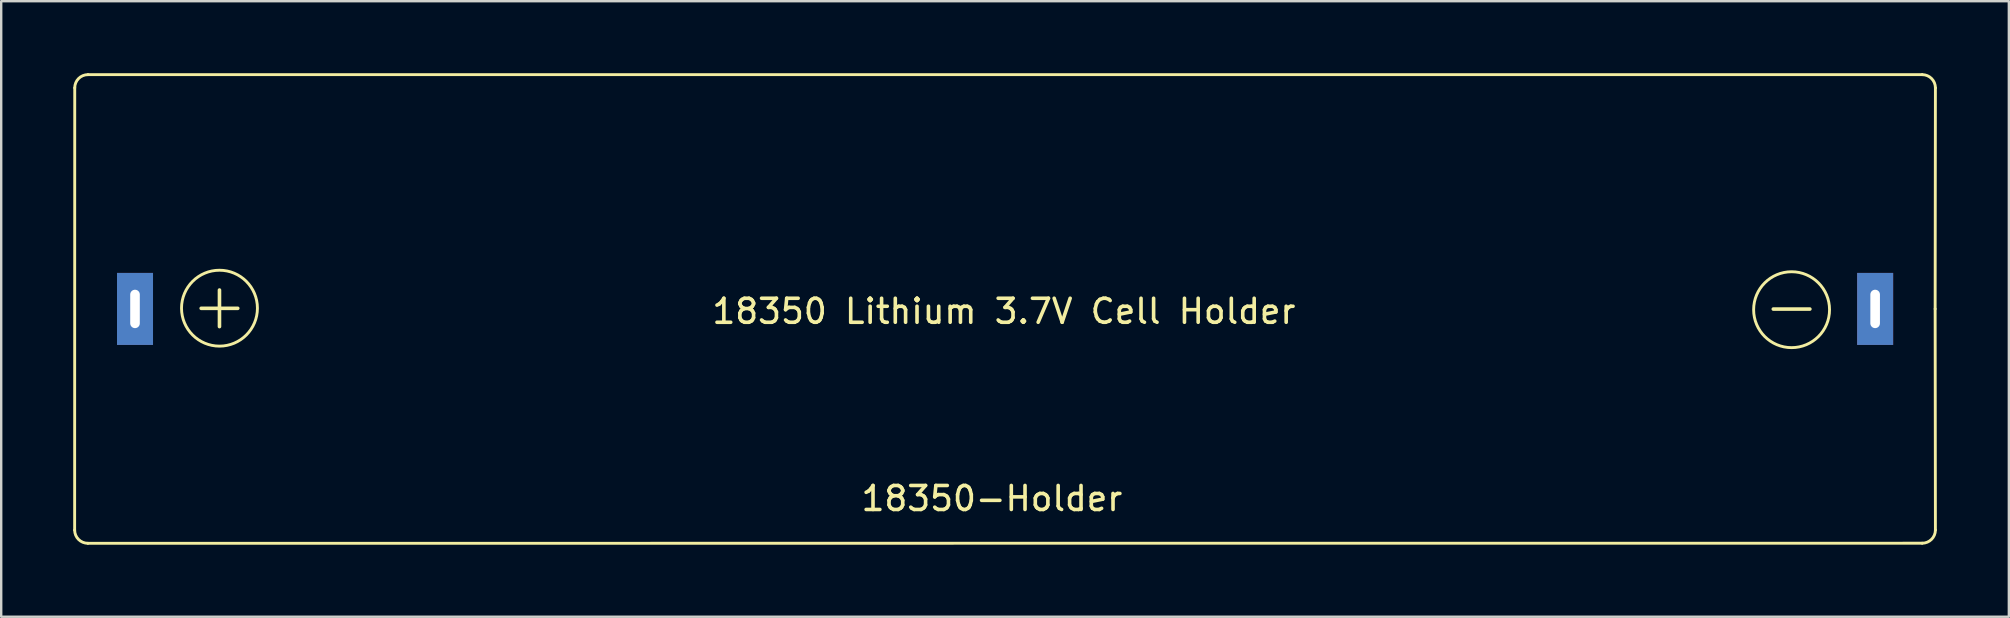
<source format=kicad_pcb>
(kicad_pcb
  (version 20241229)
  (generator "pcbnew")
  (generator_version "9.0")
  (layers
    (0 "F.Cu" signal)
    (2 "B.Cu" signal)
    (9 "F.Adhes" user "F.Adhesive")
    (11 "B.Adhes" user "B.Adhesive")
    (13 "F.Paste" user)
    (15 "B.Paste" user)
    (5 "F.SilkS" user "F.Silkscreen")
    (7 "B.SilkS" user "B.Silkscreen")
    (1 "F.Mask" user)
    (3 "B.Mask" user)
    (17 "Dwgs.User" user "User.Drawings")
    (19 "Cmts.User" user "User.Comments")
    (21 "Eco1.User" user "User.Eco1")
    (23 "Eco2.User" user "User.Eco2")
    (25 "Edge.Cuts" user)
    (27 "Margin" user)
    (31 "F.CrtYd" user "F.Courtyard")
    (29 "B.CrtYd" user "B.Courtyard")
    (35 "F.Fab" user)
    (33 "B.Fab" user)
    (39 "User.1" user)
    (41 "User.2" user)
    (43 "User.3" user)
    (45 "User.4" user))
  (footprint "18350-Holder"
    (layer "F.Cu")
    (at 75.075 9.821)
    (property "Reference" "18350-Holder" (at -36.8 7.9 0) (unlocked yes) (layer "F.SilkS") (effects (font (size 1 1) (thickness 0.15))))
    (attr through_hole)
    (fp_line (start -75.011 -9.211) (end -75.015 9.215) (stroke (width 0.12) (type solid)) (layer "F.SilkS"))
    (fp_line (start -74.465 9.765) (end 1.961 9.761) (stroke (width 0.12) (type solid)) (layer "F.SilkS"))
    (fp_line (start -74.461 -9.761) (end 1.961 -9.761) (stroke (width 0.12) (type solid)) (layer "F.SilkS"))
    (fp_line (start 2.5 0) (end 2.511 -9.211) (stroke (width 0.12) (type solid)) (layer "F.SilkS"))
    (fp_line (start 2.511 9.211) (end 2.5 0) (stroke (width 0.12) (type solid)) (layer "F.SilkS"))
    (fp_arc (start -75.011091 -9.211091) (mid -74.85 -9.6) (end -74.461091 -9.761091) (stroke (width 0.12) (type solid)) (layer "F.SilkS"))
    (fp_arc (start -74.464644 9.764644) (mid -74.853553 9.603553) (end -75.014644 9.214644) (stroke (width 0.12) (type solid)) (layer "F.SilkS"))
    (fp_arc (start 1.961091 -9.761091) (mid 2.35 -9.6) (end 2.511091 -9.211091) (stroke (width 0.12) (type solid)) (layer "F.SilkS"))
    (fp_arc (start 2.511091 9.211091) (mid 2.35 9.6) (end 1.961091 9.761091) (stroke (width 0.12) (type solid)) (layer "F.SilkS"))
    (fp_circle (center -68.981 -0.031) (end -67.481 -0.531) (stroke (width 0.12) (type solid)) (fill no) (layer "F.SilkS"))
    (fp_circle (center -3.481 0.032) (end -1.981 -0.468) (stroke (width 0.12) (type solid)) (fill no) (layer "F.SilkS"))
    (fp_text user "18350 Lithium 3.7V Cell Holder" (at -36.3 0.1 0) (unlocked yes) (layer "F.SilkS") (effects (font (size 1 1) (thickness 0.15))))
    (fp_text user "-" (at -3.481 -0.15 0) (unlocked yes) (layer "F.SilkS") (effects (font (size 2 2) (thickness 0.15))))
    (fp_text user "+" (at -68.981 -0.181 0) (unlocked yes) (layer "F.SilkS") (effects (font (size 2 2) (thickness 0.15))))
    (pad "1" thru_hole rect (at -72.5 0 270) (size 3 1.5) (drill oval 1.6 0.4) (layers "*.Cu" "*.Mask"))
    (pad "2" thru_hole rect (at 0 0 90) (size 3 1.5) (drill oval 1.6 0.4) (layers "*.Cu" "*.Mask")))
  (gr_rect
    (start -3 -3)
    (end 80.646 22.646)
    (stroke (width 0.1) (type default))
    (fill no)
    (layer "Edge.Cuts")))
</source>
